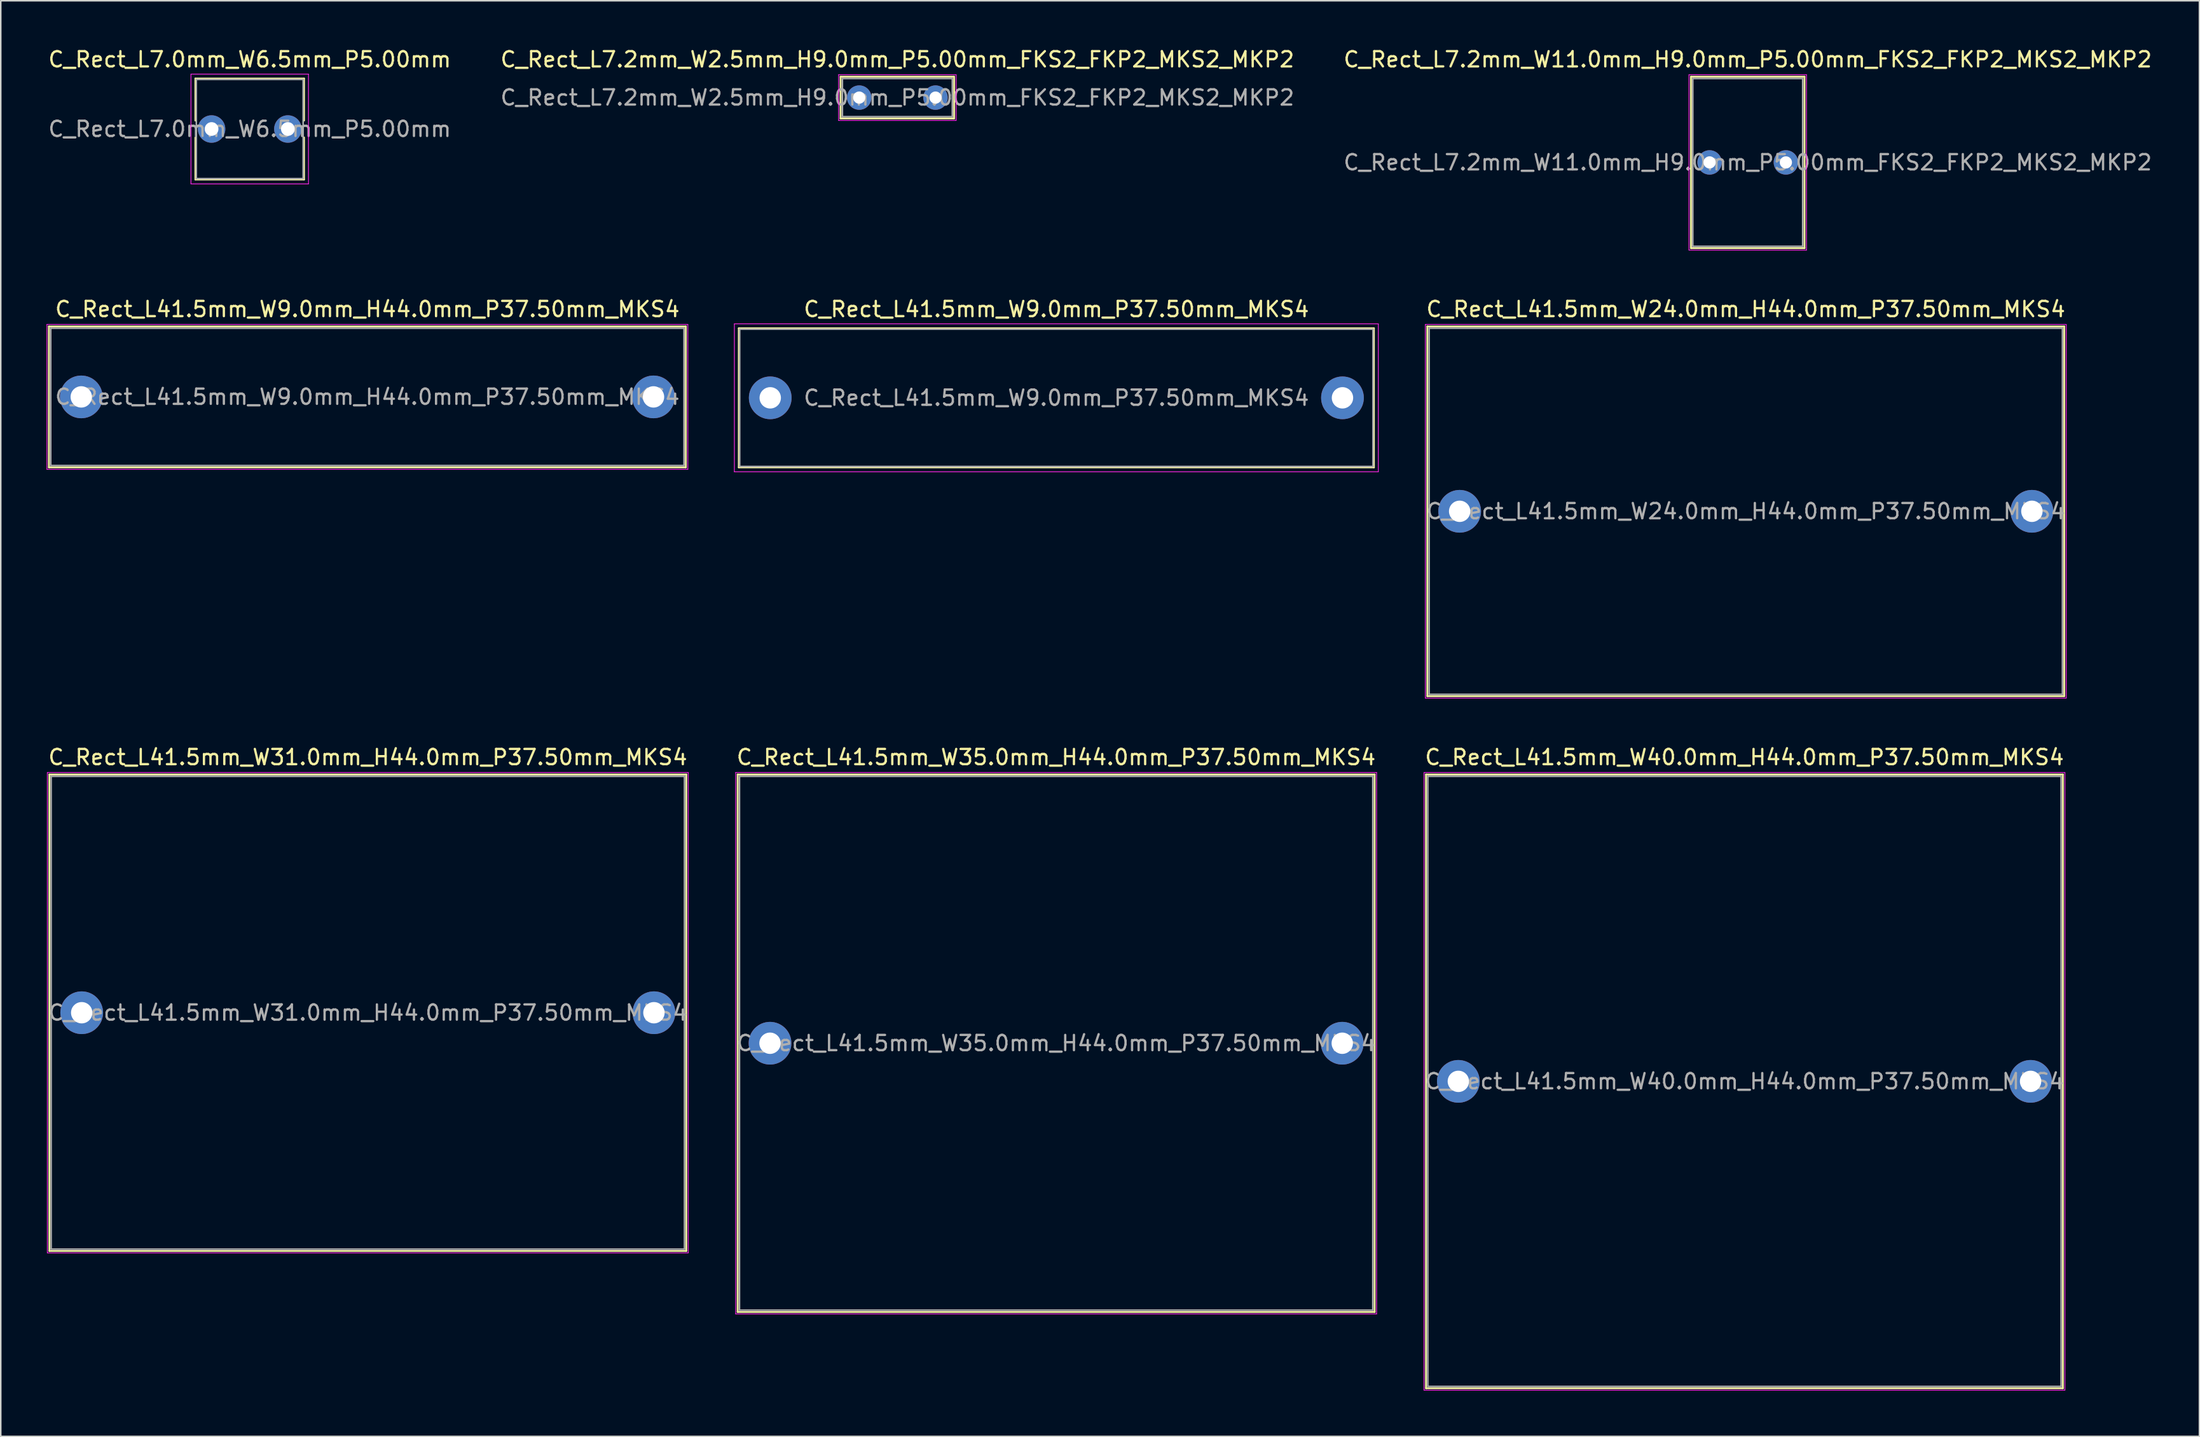
<source format=kicad_pcb>
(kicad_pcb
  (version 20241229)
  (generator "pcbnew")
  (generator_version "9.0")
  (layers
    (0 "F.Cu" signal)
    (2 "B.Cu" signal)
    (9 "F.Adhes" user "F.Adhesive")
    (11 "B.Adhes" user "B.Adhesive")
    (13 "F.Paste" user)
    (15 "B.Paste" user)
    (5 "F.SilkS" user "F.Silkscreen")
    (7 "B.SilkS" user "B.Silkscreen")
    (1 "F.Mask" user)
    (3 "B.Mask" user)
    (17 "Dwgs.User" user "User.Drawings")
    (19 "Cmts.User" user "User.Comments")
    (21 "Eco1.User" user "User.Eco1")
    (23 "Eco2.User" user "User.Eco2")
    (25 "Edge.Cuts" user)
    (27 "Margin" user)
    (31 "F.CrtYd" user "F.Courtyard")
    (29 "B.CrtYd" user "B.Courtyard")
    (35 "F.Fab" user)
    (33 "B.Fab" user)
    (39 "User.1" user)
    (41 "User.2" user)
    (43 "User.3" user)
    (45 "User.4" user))
  (footprint "C_Rect_L7.2mm_W11.0mm_H9.0mm_P5.00mm_FKS2_FKP2_MKS2_MKP2"
    (layer "F.Cu")
    (at 108.982 7.598)
    (property "Reference" "C_Rect_L7.2mm_W11.0mm_H9.0mm_P5.00mm_FKS2_FKP2_MKS2_MKP2" (at 2.5 -6.75 0) (layer "F.SilkS") (effects (font (size 1 1) (thickness 0.15))))
    (attr through_hole)
    (fp_line (start -1.22 -5.62) (end -1.22 5.62) (stroke (width 0.12) (type solid)) (layer "F.SilkS"))
    (fp_line (start -1.22 -5.62) (end 6.22 -5.62) (stroke (width 0.12) (type solid)) (layer "F.SilkS"))
    (fp_line (start -1.22 5.62) (end 6.22 5.62) (stroke (width 0.12) (type solid)) (layer "F.SilkS"))
    (fp_line (start 6.22 -5.62) (end 6.22 5.62) (stroke (width 0.12) (type solid)) (layer "F.SilkS"))
    (fp_line (start -1.35 -5.75) (end -1.35 5.75) (stroke (width 0.05) (type solid)) (layer "F.CrtYd"))
    (fp_line (start -1.35 5.75) (end 6.35 5.75) (stroke (width 0.05) (type solid)) (layer "F.CrtYd"))
    (fp_line (start 6.35 -5.75) (end -1.35 -5.75) (stroke (width 0.05) (type solid)) (layer "F.CrtYd"))
    (fp_line (start 6.35 5.75) (end 6.35 -5.75) (stroke (width 0.05) (type solid)) (layer "F.CrtYd"))
    (fp_line (start -1.1 -5.5) (end -1.1 5.5) (stroke (width 0.1) (type solid)) (layer "F.Fab"))
    (fp_line (start -1.1 5.5) (end 6.1 5.5) (stroke (width 0.1) (type solid)) (layer "F.Fab"))
    (fp_line (start 6.1 -5.5) (end -1.1 -5.5) (stroke (width 0.1) (type solid)) (layer "F.Fab"))
    (fp_line (start 6.1 5.5) (end 6.1 -5.5) (stroke (width 0.1) (type solid)) (layer "F.Fab"))
    (fp_text user "${REFERENCE}" (at 2.5 0 0) (layer "F.Fab") (effects (font (size 1 1) (thickness 0.15))))
    (pad "1" thru_hole circle (at 0 0) (size 1.6 1.6) (drill 0.8) (layers "*.Cu" "*.Mask"))
    (pad "2" thru_hole circle (at 5 0) (size 1.6 1.6) (drill 0.8) (layers "*.Cu" "*.Mask")))
  (footprint "C_Rect_L41.5mm_W9.0mm_H44.0mm_P37.50mm_MKS4"
    (layer "F.Cu")
    (at 2.275 22.971)
    (property "Reference" "C_Rect_L41.5mm_W9.0mm_H44.0mm_P37.50mm_MKS4" (at 18.75 -5.75 0) (layer "F.SilkS") (effects (font (size 1 1) (thickness 0.15))))
    (attr through_hole)
    (fp_line (start -2.12 -4.62) (end -2.12 4.62) (stroke (width 0.12) (type solid)) (layer "F.SilkS"))
    (fp_line (start -2.12 -4.62) (end 39.62 -4.62) (stroke (width 0.12) (type solid)) (layer "F.SilkS"))
    (fp_line (start -2.12 4.62) (end 39.62 4.62) (stroke (width 0.12) (type solid)) (layer "F.SilkS"))
    (fp_line (start 39.62 -4.62) (end 39.62 4.62) (stroke (width 0.12) (type solid)) (layer "F.SilkS"))
    (fp_line (start -2.25 -4.75) (end -2.25 4.75) (stroke (width 0.05) (type solid)) (layer "F.CrtYd"))
    (fp_line (start -2.25 4.75) (end 39.75 4.75) (stroke (width 0.05) (type solid)) (layer "F.CrtYd"))
    (fp_line (start 39.75 -4.75) (end -2.25 -4.75) (stroke (width 0.05) (type solid)) (layer "F.CrtYd"))
    (fp_line (start 39.75 4.75) (end 39.75 -4.75) (stroke (width 0.05) (type solid)) (layer "F.CrtYd"))
    (fp_line (start -2 -4.5) (end -2 4.5) (stroke (width 0.1) (type solid)) (layer "F.Fab"))
    (fp_line (start -2 4.5) (end 39.5 4.5) (stroke (width 0.1) (type solid)) (layer "F.Fab"))
    (fp_line (start 39.5 -4.5) (end -2 -4.5) (stroke (width 0.1) (type solid)) (layer "F.Fab"))
    (fp_line (start 39.5 4.5) (end 39.5 -4.5) (stroke (width 0.1) (type solid)) (layer "F.Fab"))
    (fp_text user "${REFERENCE}" (at 18.75 0 0) (layer "F.Fab") (effects (font (size 1 1) (thickness 0.15))))
    (pad "1" thru_hole circle (at 0 0) (size 2.8 2.8) (drill 1.4) (layers "*.Cu" "*.Mask"))
    (pad "2" thru_hole circle (at 37.5 0) (size 2.8 2.8) (drill 1.4) (layers "*.Cu" "*.Mask")))
  (footprint "C_Rect_L41.5mm_W40.0mm_H44.0mm_P37.50mm_MKS4"
    (layer "F.Cu")
    (at 92.518 67.845)
    (property "Reference" "C_Rect_L41.5mm_W40.0mm_H44.0mm_P37.50mm_MKS4" (at 18.75 -21.25 0) (layer "F.SilkS") (effects (font (size 1 1) (thickness 0.15))))
    (attr through_hole)
    (fp_line (start -2.12 -20.12) (end -2.12 20.12) (stroke (width 0.12) (type solid)) (layer "F.SilkS"))
    (fp_line (start -2.12 -20.12) (end 39.62 -20.12) (stroke (width 0.12) (type solid)) (layer "F.SilkS"))
    (fp_line (start -2.12 20.12) (end 39.62 20.12) (stroke (width 0.12) (type solid)) (layer "F.SilkS"))
    (fp_line (start 39.62 -20.12) (end 39.62 20.12) (stroke (width 0.12) (type solid)) (layer "F.SilkS"))
    (fp_line (start -2.25 -20.25) (end -2.25 20.25) (stroke (width 0.05) (type solid)) (layer "F.CrtYd"))
    (fp_line (start -2.25 20.25) (end 39.75 20.25) (stroke (width 0.05) (type solid)) (layer "F.CrtYd"))
    (fp_line (start 39.75 -20.25) (end -2.25 -20.25) (stroke (width 0.05) (type solid)) (layer "F.CrtYd"))
    (fp_line (start 39.75 20.25) (end 39.75 -20.25) (stroke (width 0.05) (type solid)) (layer "F.CrtYd"))
    (fp_line (start -2 -20) (end -2 20) (stroke (width 0.1) (type solid)) (layer "F.Fab"))
    (fp_line (start -2 20) (end 39.5 20) (stroke (width 0.1) (type solid)) (layer "F.Fab"))
    (fp_line (start 39.5 -20) (end -2 -20) (stroke (width 0.1) (type solid)) (layer "F.Fab"))
    (fp_line (start 39.5 20) (end 39.5 -20) (stroke (width 0.1) (type solid)) (layer "F.Fab"))
    (fp_text user "${REFERENCE}" (at 18.75 0 0) (layer "F.Fab") (effects (font (size 1 1) (thickness 0.15))))
    (pad "1" thru_hole circle (at 0 0) (size 2.8 2.8) (drill 1.4) (layers "*.Cu" "*.Mask"))
    (pad "2" thru_hole circle (at 37.5 0) (size 2.8 2.8) (drill 1.4) (layers "*.Cu" "*.Mask")))
  (footprint "C_Rect_L7.0mm_W6.5mm_P5.00mm"
    (layer "F.Cu")
    (at 10.815 5.408)
    (property "Reference" "C_Rect_L7.0mm_W6.5mm_P5.00mm" (at 2.5 -4.56 0) (layer "F.SilkS") (effects (font (size 1 1) (thickness 0.15))))
    (attr through_hole)
    (fp_line (start -1.06 -3.31) (end -1.06 -0.555) (stroke (width 0.12) (type solid)) (layer "F.SilkS"))
    (fp_line (start -1.06 -3.31) (end 6.06 -3.31) (stroke (width 0.12) (type solid)) (layer "F.SilkS"))
    (fp_line (start -1.06 0.555) (end -1.06 3.31) (stroke (width 0.12) (type solid)) (layer "F.SilkS"))
    (fp_line (start -1.06 3.31) (end 6.06 3.31) (stroke (width 0.12) (type solid)) (layer "F.SilkS"))
    (fp_line (start 6.06 -3.31) (end 6.06 -0.555) (stroke (width 0.12) (type solid)) (layer "F.SilkS"))
    (fp_line (start 6.06 0.555) (end 6.06 3.31) (stroke (width 0.12) (type solid)) (layer "F.SilkS"))
    (fp_line (start -1.35 -3.6) (end -1.35 3.6) (stroke (width 0.05) (type solid)) (layer "F.CrtYd"))
    (fp_line (start -1.35 3.6) (end 6.35 3.6) (stroke (width 0.05) (type solid)) (layer "F.CrtYd"))
    (fp_line (start 6.35 -3.6) (end -1.35 -3.6) (stroke (width 0.05) (type solid)) (layer "F.CrtYd"))
    (fp_line (start 6.35 3.6) (end 6.35 -3.6) (stroke (width 0.05) (type solid)) (layer "F.CrtYd"))
    (fp_line (start -1 -3.25) (end -1 3.25) (stroke (width 0.1) (type solid)) (layer "F.Fab"))
    (fp_line (start -1 3.25) (end 6 3.25) (stroke (width 0.1) (type solid)) (layer "F.Fab"))
    (fp_line (start 6 -3.25) (end -1 -3.25) (stroke (width 0.1) (type solid)) (layer "F.Fab"))
    (fp_line (start 6 3.25) (end 6 -3.25) (stroke (width 0.1) (type solid)) (layer "F.Fab"))
    (fp_text user "${REFERENCE}" (at 2.5 0 0) (layer "F.Fab") (effects (font (size 1 1) (thickness 0.15))))
    (pad "1" thru_hole circle (at 0 0) (size 1.8 1.8) (drill 0.9) (layers "*.Cu" "*.Mask"))
    (pad "2" thru_hole circle (at 5 0) (size 1.8 1.8) (drill 0.9) (layers "*.Cu" "*.Mask")))
  (footprint "C_Rect_L41.5mm_W35.0mm_H44.0mm_P37.50mm_MKS4"
    (layer "F.Cu")
    (at 47.411 65.345)
    (property "Reference" "C_Rect_L41.5mm_W35.0mm_H44.0mm_P37.50mm_MKS4" (at 18.75 -18.75 0) (layer "F.SilkS") (effects (font (size 1 1) (thickness 0.15))))
    (attr through_hole)
    (fp_line (start -2.12 -17.62) (end -2.12 17.62) (stroke (width 0.12) (type solid)) (layer "F.SilkS"))
    (fp_line (start -2.12 -17.62) (end 39.62 -17.62) (stroke (width 0.12) (type solid)) (layer "F.SilkS"))
    (fp_line (start -2.12 17.62) (end 39.62 17.62) (stroke (width 0.12) (type solid)) (layer "F.SilkS"))
    (fp_line (start 39.62 -17.62) (end 39.62 17.62) (stroke (width 0.12) (type solid)) (layer "F.SilkS"))
    (fp_line (start -2.25 -17.75) (end -2.25 17.75) (stroke (width 0.05) (type solid)) (layer "F.CrtYd"))
    (fp_line (start -2.25 17.75) (end 39.75 17.75) (stroke (width 0.05) (type solid)) (layer "F.CrtYd"))
    (fp_line (start 39.75 -17.75) (end -2.25 -17.75) (stroke (width 0.05) (type solid)) (layer "F.CrtYd"))
    (fp_line (start 39.75 17.75) (end 39.75 -17.75) (stroke (width 0.05) (type solid)) (layer "F.CrtYd"))
    (fp_line (start -2 -17.5) (end -2 17.5) (stroke (width 0.1) (type solid)) (layer "F.Fab"))
    (fp_line (start -2 17.5) (end 39.5 17.5) (stroke (width 0.1) (type solid)) (layer "F.Fab"))
    (fp_line (start 39.5 -17.5) (end -2 -17.5) (stroke (width 0.1) (type solid)) (layer "F.Fab"))
    (fp_line (start 39.5 17.5) (end 39.5 -17.5) (stroke (width 0.1) (type solid)) (layer "F.Fab"))
    (fp_text user "${REFERENCE}" (at 18.75 0 0) (layer "F.Fab") (effects (font (size 1 1) (thickness 0.15))))
    (pad "1" thru_hole circle (at 0 0) (size 2.8 2.8) (drill 1.4) (layers "*.Cu" "*.Mask"))
    (pad "2" thru_hole circle (at 37.5 0) (size 2.8 2.8) (drill 1.4) (layers "*.Cu" "*.Mask")))
  (footprint "C_Rect_L41.5mm_W31.0mm_H44.0mm_P37.50mm_MKS4"
    (layer "F.Cu")
    (at 2.304 63.345)
    (property "Reference" "C_Rect_L41.5mm_W31.0mm_H44.0mm_P37.50mm_MKS4" (at 18.75 -16.75 0) (layer "F.SilkS") (effects (font (size 1 1) (thickness 0.15))))
    (attr through_hole)
    (fp_line (start -2.12 -15.62) (end -2.12 15.62) (stroke (width 0.12) (type solid)) (layer "F.SilkS"))
    (fp_line (start -2.12 -15.62) (end 39.62 -15.62) (stroke (width 0.12) (type solid)) (layer "F.SilkS"))
    (fp_line (start -2.12 15.62) (end 39.62 15.62) (stroke (width 0.12) (type solid)) (layer "F.SilkS"))
    (fp_line (start 39.62 -15.62) (end 39.62 15.62) (stroke (width 0.12) (type solid)) (layer "F.SilkS"))
    (fp_line (start -2.25 -15.75) (end -2.25 15.75) (stroke (width 0.05) (type solid)) (layer "F.CrtYd"))
    (fp_line (start -2.25 15.75) (end 39.75 15.75) (stroke (width 0.05) (type solid)) (layer "F.CrtYd"))
    (fp_line (start 39.75 -15.75) (end -2.25 -15.75) (stroke (width 0.05) (type solid)) (layer "F.CrtYd"))
    (fp_line (start 39.75 15.75) (end 39.75 -15.75) (stroke (width 0.05) (type solid)) (layer "F.CrtYd"))
    (fp_line (start -2 -15.5) (end -2 15.5) (stroke (width 0.1) (type solid)) (layer "F.Fab"))
    (fp_line (start -2 15.5) (end 39.5 15.5) (stroke (width 0.1) (type solid)) (layer "F.Fab"))
    (fp_line (start 39.5 -15.5) (end -2 -15.5) (stroke (width 0.1) (type solid)) (layer "F.Fab"))
    (fp_line (start 39.5 15.5) (end 39.5 -15.5) (stroke (width 0.1) (type solid)) (layer "F.Fab"))
    (fp_text user "${REFERENCE}" (at 18.75 0 0) (layer "F.Fab") (effects (font (size 1 1) (thickness 0.15))))
    (pad "1" thru_hole circle (at 0 0) (size 2.8 2.8) (drill 1.4) (layers "*.Cu" "*.Mask"))
    (pad "2" thru_hole circle (at 37.5 0) (size 2.8 2.8) (drill 1.4) (layers "*.Cu" "*.Mask")))
  (footprint "C_Rect_L7.2mm_W2.5mm_H9.0mm_P5.00mm_FKS2_FKP2_MKS2_MKP2"
    (layer "F.Cu")
    (at 53.256 3.348)
    (property "Reference" "C_Rect_L7.2mm_W2.5mm_H9.0mm_P5.00mm_FKS2_FKP2_MKS2_MKP2" (at 2.5 -2.5 0) (layer "F.SilkS") (effects (font (size 1 1) (thickness 0.15))))
    (attr through_hole)
    (fp_line (start -1.22 -1.37) (end -1.22 1.37) (stroke (width 0.12) (type solid)) (layer "F.SilkS"))
    (fp_line (start -1.22 -1.37) (end 6.22 -1.37) (stroke (width 0.12) (type solid)) (layer "F.SilkS"))
    (fp_line (start -1.22 1.37) (end 6.22 1.37) (stroke (width 0.12) (type solid)) (layer "F.SilkS"))
    (fp_line (start 6.22 -1.37) (end 6.22 1.37) (stroke (width 0.12) (type solid)) (layer "F.SilkS"))
    (fp_line (start -1.35 -1.5) (end -1.35 1.5) (stroke (width 0.05) (type solid)) (layer "F.CrtYd"))
    (fp_line (start -1.35 1.5) (end 6.35 1.5) (stroke (width 0.05) (type solid)) (layer "F.CrtYd"))
    (fp_line (start 6.35 -1.5) (end -1.35 -1.5) (stroke (width 0.05) (type solid)) (layer "F.CrtYd"))
    (fp_line (start 6.35 1.5) (end 6.35 -1.5) (stroke (width 0.05) (type solid)) (layer "F.CrtYd"))
    (fp_line (start -1.1 -1.25) (end -1.1 1.25) (stroke (width 0.1) (type solid)) (layer "F.Fab"))
    (fp_line (start -1.1 1.25) (end 6.1 1.25) (stroke (width 0.1) (type solid)) (layer "F.Fab"))
    (fp_line (start 6.1 -1.25) (end -1.1 -1.25) (stroke (width 0.1) (type solid)) (layer "F.Fab"))
    (fp_line (start 6.1 1.25) (end 6.1 -1.25) (stroke (width 0.1) (type solid)) (layer "F.Fab"))
    (fp_text user "${REFERENCE}" (at 2.5 0 0) (layer "F.Fab") (effects (font (size 1 1) (thickness 0.15))))
    (pad "1" thru_hole circle (at 0 0) (size 1.6 1.6) (drill 0.8) (layers "*.Cu" "*.Mask"))
    (pad "2" thru_hole circle (at 5 0) (size 1.6 1.6) (drill 0.8) (layers "*.Cu" "*.Mask")))
  (footprint "C_Rect_L41.5mm_W9.0mm_P37.50mm_MKS4"
    (layer "F.Cu")
    (at 47.425 23.032)
    (property "Reference" "C_Rect_L41.5mm_W9.0mm_P37.50mm_MKS4" (at 18.75 -5.81 0) (layer "F.SilkS") (effects (font (size 1 1) (thickness 0.15))))
    (attr through_hole)
    (fp_line (start -2.06 -4.56) (end -2.06 4.56) (stroke (width 0.12) (type solid)) (layer "F.SilkS"))
    (fp_line (start -2.06 -4.56) (end 39.56 -4.56) (stroke (width 0.12) (type solid)) (layer "F.SilkS"))
    (fp_line (start -2.06 4.56) (end 39.56 4.56) (stroke (width 0.12) (type solid)) (layer "F.SilkS"))
    (fp_line (start 39.56 -4.56) (end 39.56 4.56) (stroke (width 0.12) (type solid)) (layer "F.SilkS"))
    (fp_line (start -2.35 -4.85) (end -2.35 4.85) (stroke (width 0.05) (type solid)) (layer "F.CrtYd"))
    (fp_line (start -2.35 4.85) (end 39.85 4.85) (stroke (width 0.05) (type solid)) (layer "F.CrtYd"))
    (fp_line (start 39.85 -4.85) (end -2.35 -4.85) (stroke (width 0.05) (type solid)) (layer "F.CrtYd"))
    (fp_line (start 39.85 4.85) (end 39.85 -4.85) (stroke (width 0.05) (type solid)) (layer "F.CrtYd"))
    (fp_line (start -2 -4.5) (end -2 4.5) (stroke (width 0.1) (type solid)) (layer "F.Fab"))
    (fp_line (start -2 4.5) (end 39.5 4.5) (stroke (width 0.1) (type solid)) (layer "F.Fab"))
    (fp_line (start 39.5 -4.5) (end -2 -4.5) (stroke (width 0.1) (type solid)) (layer "F.Fab"))
    (fp_line (start 39.5 4.5) (end 39.5 -4.5) (stroke (width 0.1) (type solid)) (layer "F.Fab"))
    (fp_text user "${REFERENCE}" (at 18.75 0 0) (layer "F.Fab") (effects (font (size 1 1) (thickness 0.15))))
    (pad "1" thru_hole circle (at 0 0) (size 2.8 2.8) (drill 1.4) (layers "*.Cu" "*.Mask"))
    (pad "2" thru_hole circle (at 37.5 0) (size 2.8 2.8) (drill 1.4) (layers "*.Cu" "*.Mask")))
  (footprint "C_Rect_L41.5mm_W24.0mm_H44.0mm_P37.50mm_MKS4"
    (layer "F.Cu")
    (at 92.604 30.471)
    (property "Reference" "C_Rect_L41.5mm_W24.0mm_H44.0mm_P37.50mm_MKS4" (at 18.75 -13.25 0) (layer "F.SilkS") (effects (font (size 1 1) (thickness 0.15))))
    (attr through_hole)
    (fp_line (start -2.12 -12.12) (end -2.12 12.12) (stroke (width 0.12) (type solid)) (layer "F.SilkS"))
    (fp_line (start -2.12 -12.12) (end 39.62 -12.12) (stroke (width 0.12) (type solid)) (layer "F.SilkS"))
    (fp_line (start -2.12 12.12) (end 39.62 12.12) (stroke (width 0.12) (type solid)) (layer "F.SilkS"))
    (fp_line (start 39.62 -12.12) (end 39.62 12.12) (stroke (width 0.12) (type solid)) (layer "F.SilkS"))
    (fp_line (start -2.25 -12.25) (end -2.25 12.25) (stroke (width 0.05) (type solid)) (layer "F.CrtYd"))
    (fp_line (start -2.25 12.25) (end 39.75 12.25) (stroke (width 0.05) (type solid)) (layer "F.CrtYd"))
    (fp_line (start 39.75 -12.25) (end -2.25 -12.25) (stroke (width 0.05) (type solid)) (layer "F.CrtYd"))
    (fp_line (start 39.75 12.25) (end 39.75 -12.25) (stroke (width 0.05) (type solid)) (layer "F.CrtYd"))
    (fp_line (start -2 -12) (end -2 12) (stroke (width 0.1) (type solid)) (layer "F.Fab"))
    (fp_line (start -2 12) (end 39.5 12) (stroke (width 0.1) (type solid)) (layer "F.Fab"))
    (fp_line (start 39.5 -12) (end -2 -12) (stroke (width 0.1) (type solid)) (layer "F.Fab"))
    (fp_line (start 39.5 12) (end 39.5 -12) (stroke (width 0.1) (type solid)) (layer "F.Fab"))
    (fp_text user "${REFERENCE}" (at 18.75 0 0) (layer "F.Fab") (effects (font (size 1 1) (thickness 0.15))))
    (pad "1" thru_hole circle (at 0 0) (size 2.8 2.8) (drill 1.4) (layers "*.Cu" "*.Mask"))
    (pad "2" thru_hole circle (at 37.5 0) (size 2.8 2.8) (drill 1.4) (layers "*.Cu" "*.Mask")))
  (gr_rect
    (start -3 -3)
    (end 141.083 91.12)
    (stroke (width 0.1) (type default))
    (fill no)
    (layer "Edge.Cuts")))
</source>
